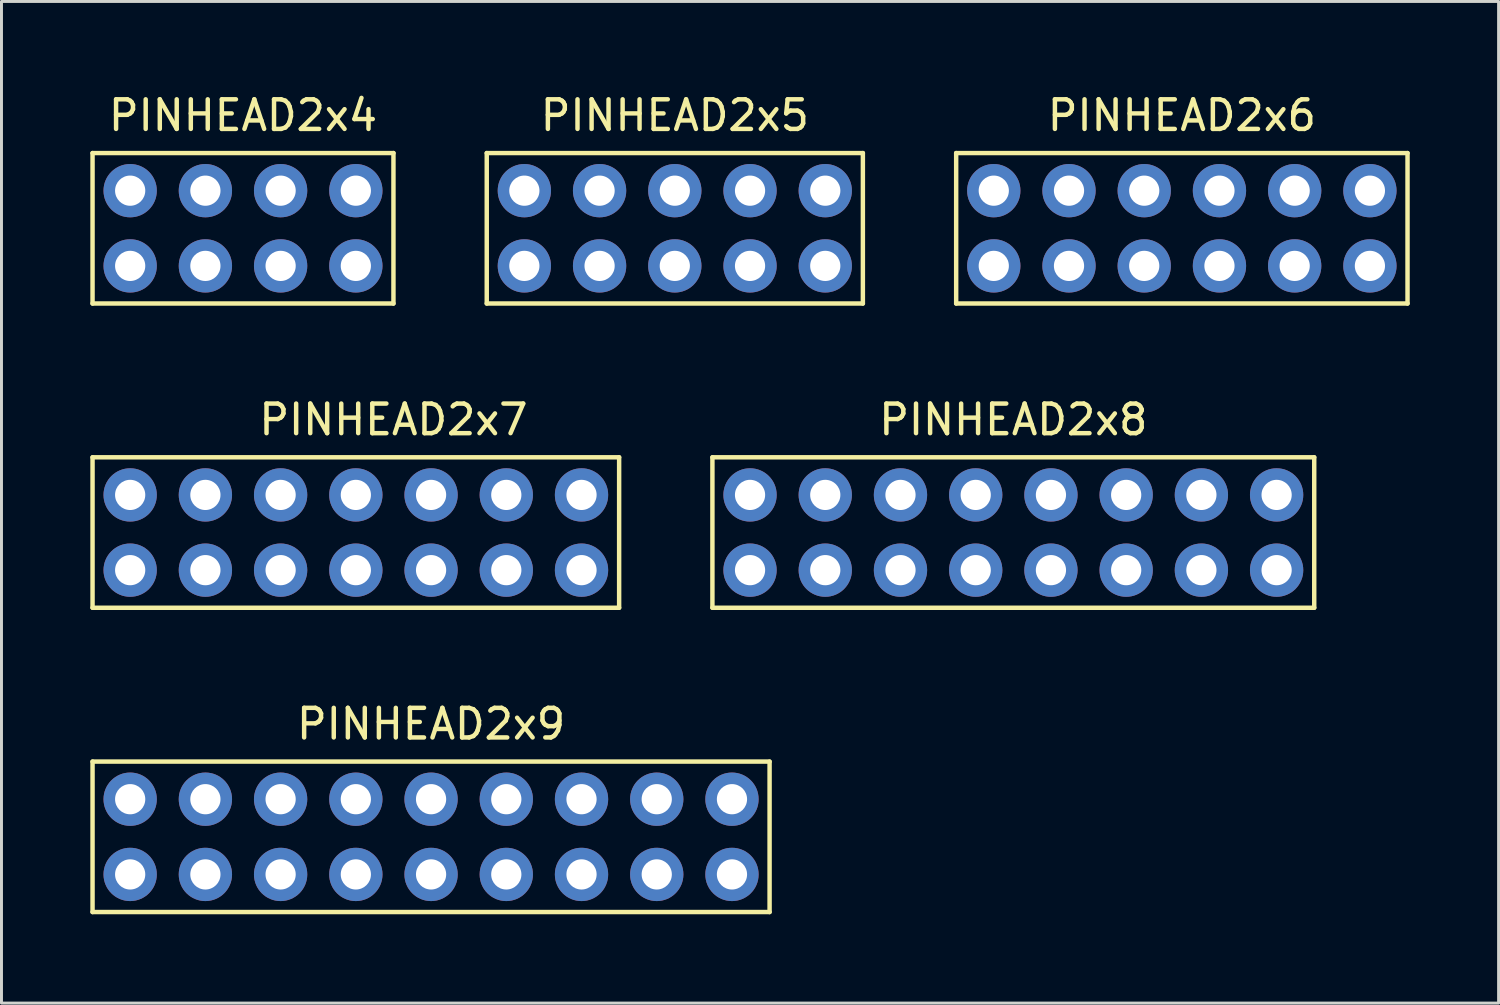
<source format=kicad_pcb>
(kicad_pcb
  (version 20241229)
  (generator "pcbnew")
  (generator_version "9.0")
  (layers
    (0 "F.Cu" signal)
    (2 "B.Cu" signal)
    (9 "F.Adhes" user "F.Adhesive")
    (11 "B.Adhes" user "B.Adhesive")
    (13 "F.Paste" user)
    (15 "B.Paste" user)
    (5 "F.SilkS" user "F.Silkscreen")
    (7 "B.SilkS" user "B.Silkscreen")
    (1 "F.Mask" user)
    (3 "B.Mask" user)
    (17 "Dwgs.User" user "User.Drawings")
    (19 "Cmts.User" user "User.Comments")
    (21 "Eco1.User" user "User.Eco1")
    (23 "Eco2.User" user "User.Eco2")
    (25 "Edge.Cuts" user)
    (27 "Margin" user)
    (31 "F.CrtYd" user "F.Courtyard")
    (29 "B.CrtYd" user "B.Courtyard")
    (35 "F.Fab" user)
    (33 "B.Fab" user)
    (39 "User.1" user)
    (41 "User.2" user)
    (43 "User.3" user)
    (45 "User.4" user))
  (footprint "PINHEAD2x4"
    (layer "F.Cu")
    (at 5.155 4.658)
    (property "Reference" "PINHEAD2x4" (at 0 -3.81 0) (layer "F.SilkS") (effects (font (size 1 1) (thickness 0.15))))
    (attr through_hole)
    (fp_line (start -5.08 -2.54) (end 5.08 -2.54) (stroke (width 0.15) (type solid)) (layer "F.SilkS"))
    (fp_line (start -5.08 2.54) (end -5.08 -2.54) (stroke (width 0.15) (type solid)) (layer "F.SilkS"))
    (fp_line (start 5.08 -2.54) (end 5.08 2.54) (stroke (width 0.15) (type solid)) (layer "F.SilkS"))
    (fp_line (start 5.08 2.54) (end -5.08 2.54) (stroke (width 0.15) (type solid)) (layer "F.SilkS"))
    (pad "1" thru_hole circle (at -3.81 1.27) (size 1.8 1.8) (drill 1.02) (layers "*.Cu" "*.Mask"))
    (pad "2" thru_hole circle (at -1.27 1.27) (size 1.8 1.8) (drill 1.02) (layers "*.Cu" "*.Mask"))
    (pad "3" thru_hole circle (at 1.27 1.27) (size 1.8 1.8) (drill 1.02) (layers "*.Cu" "*.Mask"))
    (pad "4" thru_hole circle (at 3.81 1.27) (size 1.8 1.8) (drill 1.02) (layers "*.Cu" "*.Mask"))
    (pad "5" thru_hole circle (at 3.81 -1.27) (size 1.8 1.8) (drill 1.02) (layers "*.Cu" "*.Mask"))
    (pad "6" thru_hole circle (at 1.27 -1.27) (size 1.8 1.8) (drill 1.02) (layers "*.Cu" "*.Mask"))
    (pad "7" thru_hole circle (at -1.27 -1.27) (size 1.8 1.8) (drill 1.02) (layers "*.Cu" "*.Mask"))
    (pad "8" thru_hole circle (at -3.81 -1.27) (size 1.8 1.8) (drill 1.02) (layers "*.Cu" "*.Mask")))
  (footprint "PINHEAD2x9"
    (layer "F.Cu")
    (at 11.505 25.205)
    (property "Reference" "PINHEAD2x9" (at 0 -3.81 0) (layer "F.SilkS") (effects (font (size 1 1) (thickness 0.15))))
    (attr through_hole)
    (fp_line (start -11.43 -2.54) (end 11.43 -2.54) (stroke (width 0.15) (type solid)) (layer "F.SilkS"))
    (fp_line (start -11.43 2.54) (end -11.43 -2.54) (stroke (width 0.15) (type solid)) (layer "F.SilkS"))
    (fp_line (start 11.43 -2.54) (end 11.43 2.54) (stroke (width 0.15) (type solid)) (layer "F.SilkS"))
    (fp_line (start 11.43 2.54) (end -11.43 2.54) (stroke (width 0.15) (type solid)) (layer "F.SilkS"))
    (pad "1" thru_hole circle (at -10.16 1.27) (size 1.8 1.8) (drill 1.02) (layers "*.Cu" "*.Mask"))
    (pad "2" thru_hole circle (at -7.62 1.27) (size 1.8 1.8) (drill 1.02) (layers "*.Cu" "*.Mask"))
    (pad "3" thru_hole circle (at -5.08 1.27) (size 1.8 1.8) (drill 1.02) (layers "*.Cu" "*.Mask"))
    (pad "4" thru_hole circle (at -2.54 1.27) (size 1.8 1.8) (drill 1.02) (layers "*.Cu" "*.Mask"))
    (pad "5" thru_hole circle (at 0 1.27) (size 1.8 1.8) (drill 1.02) (layers "*.Cu" "*.Mask"))
    (pad "6" thru_hole circle (at 2.54 1.27) (size 1.8 1.8) (drill 1.02) (layers "*.Cu" "*.Mask"))
    (pad "7" thru_hole circle (at 5.08 1.27) (size 1.8 1.8) (drill 1.02) (layers "*.Cu" "*.Mask"))
    (pad "8" thru_hole circle (at 7.62 1.27) (size 1.8 1.8) (drill 1.02) (layers "*.Cu" "*.Mask"))
    (pad "9" thru_hole circle (at 10.16 1.27) (size 1.8 1.8) (drill 1.02) (layers "*.Cu" "*.Mask"))
    (pad "10" thru_hole circle (at 10.16 -1.27) (size 1.8 1.8) (drill 1.02) (layers "*.Cu" "*.Mask"))
    (pad "11" thru_hole circle (at 7.62 -1.27) (size 1.8 1.8) (drill 1.02) (layers "*.Cu" "*.Mask"))
    (pad "12" thru_hole circle (at 5.08 -1.27) (size 1.8 1.8) (drill 1.02) (layers "*.Cu" "*.Mask"))
    (pad "13" thru_hole circle (at 2.54 -1.27) (size 1.8 1.8) (drill 1.02) (layers "*.Cu" "*.Mask"))
    (pad "14" thru_hole circle (at 0 -1.27) (size 1.8 1.8) (drill 1.02) (layers "*.Cu" "*.Mask"))
    (pad "15" thru_hole circle (at -2.54 -1.27) (size 1.8 1.8) (drill 1.02) (layers "*.Cu" "*.Mask"))
    (pad "16" thru_hole circle (at -5.08 -1.27) (size 1.8 1.8) (drill 1.02) (layers "*.Cu" "*.Mask"))
    (pad "17" thru_hole circle (at -7.62 -1.27) (size 1.8 1.8) (drill 1.02) (layers "*.Cu" "*.Mask"))
    (pad "18" thru_hole circle (at -10.16 -1.27) (size 1.8 1.8) (drill 1.02) (layers "*.Cu" "*.Mask")))
  (footprint "PINHEAD2x5"
    (layer "F.Cu")
    (at 19.735 4.658)
    (property "Reference" "PINHEAD2x5" (at 0 -3.81 0) (layer "F.SilkS") (effects (font (size 1 1) (thickness 0.15))))
    (attr through_hole)
    (fp_line (start -6.35 -2.54) (end 6.35 -2.54) (stroke (width 0.15) (type solid)) (layer "F.SilkS"))
    (fp_line (start -6.35 2.54) (end -6.35 -2.54) (stroke (width 0.15) (type solid)) (layer "F.SilkS"))
    (fp_line (start 6.35 -2.54) (end 6.35 2.54) (stroke (width 0.15) (type solid)) (layer "F.SilkS"))
    (fp_line (start 6.35 2.54) (end -6.35 2.54) (stroke (width 0.15) (type solid)) (layer "F.SilkS"))
    (pad "1" thru_hole circle (at -5.08 1.27) (size 1.8 1.8) (drill 1.02) (layers "*.Cu" "*.Mask"))
    (pad "2" thru_hole circle (at -2.54 1.27) (size 1.8 1.8) (drill 1.02) (layers "*.Cu" "*.Mask"))
    (pad "3" thru_hole circle (at 0 1.27) (size 1.8 1.8) (drill 1.02) (layers "*.Cu" "*.Mask"))
    (pad "4" thru_hole circle (at 2.54 1.27) (size 1.8 1.8) (drill 1.02) (layers "*.Cu" "*.Mask"))
    (pad "5" thru_hole circle (at 5.08 1.27) (size 1.8 1.8) (drill 1.02) (layers "*.Cu" "*.Mask"))
    (pad "6" thru_hole circle (at 5.08 -1.27) (size 1.8 1.8) (drill 1.02) (layers "*.Cu" "*.Mask"))
    (pad "7" thru_hole circle (at 2.54 -1.27) (size 1.8 1.8) (drill 1.02) (layers "*.Cu" "*.Mask"))
    (pad "8" thru_hole circle (at 0 -1.27) (size 1.8 1.8) (drill 1.02) (layers "*.Cu" "*.Mask"))
    (pad "9" thru_hole circle (at -2.54 -1.27) (size 1.8 1.8) (drill 1.02) (layers "*.Cu" "*.Mask"))
    (pad "10" thru_hole circle (at -5.08 -1.27) (size 1.8 1.8) (drill 1.02) (layers "*.Cu" "*.Mask")))
  (footprint "PINHEAD2x8"
    (layer "F.Cu")
    (at 31.165 14.931)
    (property "Reference" "PINHEAD2x8" (at 0 -3.81 0) (layer "F.SilkS") (effects (font (size 1 1) (thickness 0.15))))
    (attr through_hole)
    (fp_line (start -10.16 -2.54) (end 10.16 -2.54) (stroke (width 0.15) (type solid)) (layer "F.SilkS"))
    (fp_line (start -10.16 2.54) (end -10.16 -2.54) (stroke (width 0.15) (type solid)) (layer "F.SilkS"))
    (fp_line (start 10.16 -2.54) (end 10.16 2.54) (stroke (width 0.15) (type solid)) (layer "F.SilkS"))
    (fp_line (start 10.16 2.54) (end -10.16 2.54) (stroke (width 0.15) (type solid)) (layer "F.SilkS"))
    (pad "1" thru_hole circle (at -8.89 1.27) (size 1.8 1.8) (drill 1.02) (layers "*.Cu" "*.Mask"))
    (pad "2" thru_hole circle (at -6.35 1.27) (size 1.8 1.8) (drill 1.02) (layers "*.Cu" "*.Mask"))
    (pad "3" thru_hole circle (at -3.81 1.27) (size 1.8 1.8) (drill 1.02) (layers "*.Cu" "*.Mask"))
    (pad "4" thru_hole circle (at -1.27 1.27) (size 1.8 1.8) (drill 1.02) (layers "*.Cu" "*.Mask"))
    (pad "5" thru_hole circle (at 1.27 1.27) (size 1.8 1.8) (drill 1.02) (layers "*.Cu" "*.Mask"))
    (pad "6" thru_hole circle (at 3.81 1.27) (size 1.8 1.8) (drill 1.02) (layers "*.Cu" "*.Mask"))
    (pad "7" thru_hole circle (at 6.35 1.27) (size 1.8 1.8) (drill 1.02) (layers "*.Cu" "*.Mask"))
    (pad "8" thru_hole circle (at 8.89 1.27) (size 1.8 1.8) (drill 1.02) (layers "*.Cu" "*.Mask"))
    (pad "9" thru_hole circle (at 8.89 -1.27) (size 1.8 1.8) (drill 1.02) (layers "*.Cu" "*.Mask"))
    (pad "10" thru_hole circle (at 6.35 -1.27) (size 1.8 1.8) (drill 1.02) (layers "*.Cu" "*.Mask"))
    (pad "11" thru_hole circle (at 3.81 -1.27) (size 1.8 1.8) (drill 1.02) (layers "*.Cu" "*.Mask"))
    (pad "12" thru_hole circle (at 1.27 -1.27) (size 1.8 1.8) (drill 1.02) (layers "*.Cu" "*.Mask"))
    (pad "13" thru_hole circle (at -1.27 -1.27) (size 1.8 1.8) (drill 1.02) (layers "*.Cu" "*.Mask"))
    (pad "14" thru_hole circle (at -3.81 -1.27) (size 1.8 1.8) (drill 1.02) (layers "*.Cu" "*.Mask"))
    (pad "15" thru_hole circle (at -6.35 -1.27) (size 1.8 1.8) (drill 1.02) (layers "*.Cu" "*.Mask"))
    (pad "16" thru_hole circle (at -8.89 -1.27) (size 1.8 1.8) (drill 1.02) (layers "*.Cu" "*.Mask")))
  (footprint "PINHEAD2x7"
    (layer "F.Cu")
    (at 8.965 14.931)
    (property "Reference" "PINHEAD2x7" (at 1.27 -3.81 0) (layer "F.SilkS") (effects (font (size 1 1) (thickness 0.15))))
    (attr through_hole)
    (fp_line (start -8.89 -2.54) (end 8.89 -2.54) (stroke (width 0.15) (type solid)) (layer "F.SilkS"))
    (fp_line (start -8.89 2.54) (end -8.89 -2.54) (stroke (width 0.15) (type solid)) (layer "F.SilkS"))
    (fp_line (start 8.89 -2.54) (end 8.89 2.54) (stroke (width 0.15) (type solid)) (layer "F.SilkS"))
    (fp_line (start 8.89 2.54) (end -8.89 2.54) (stroke (width 0.15) (type solid)) (layer "F.SilkS"))
    (pad "1" thru_hole circle (at -7.62 1.27) (size 1.8 1.8) (drill 1.02) (layers "*.Cu" "*.Mask"))
    (pad "2" thru_hole circle (at -5.08 1.27) (size 1.8 1.8) (drill 1.02) (layers "*.Cu" "*.Mask"))
    (pad "3" thru_hole circle (at -2.54 1.27) (size 1.8 1.8) (drill 1.02) (layers "*.Cu" "*.Mask"))
    (pad "4" thru_hole circle (at 0 1.27) (size 1.8 1.8) (drill 1.02) (layers "*.Cu" "*.Mask"))
    (pad "5" thru_hole circle (at 2.54 1.27) (size 1.8 1.8) (drill 1.02) (layers "*.Cu" "*.Mask"))
    (pad "6" thru_hole circle (at 5.08 1.27) (size 1.8 1.8) (drill 1.02) (layers "*.Cu" "*.Mask"))
    (pad "7" thru_hole circle (at 7.62 1.27) (size 1.8 1.8) (drill 1.02) (layers "*.Cu" "*.Mask"))
    (pad "8" thru_hole circle (at 7.62 -1.27) (size 1.8 1.8) (drill 1.02) (layers "*.Cu" "*.Mask"))
    (pad "9" thru_hole circle (at 5.08 -1.27) (size 1.8 1.8) (drill 1.02) (layers "*.Cu" "*.Mask"))
    (pad "10" thru_hole circle (at 2.54 -1.27) (size 1.8 1.8) (drill 1.02) (layers "*.Cu" "*.Mask"))
    (pad "11" thru_hole circle (at 0 -1.27) (size 1.8 1.8) (drill 1.02) (layers "*.Cu" "*.Mask"))
    (pad "12" thru_hole circle (at -2.54 -1.27) (size 1.8 1.8) (drill 1.02) (layers "*.Cu" "*.Mask"))
    (pad "13" thru_hole circle (at -5.08 -1.27) (size 1.8 1.8) (drill 1.02) (layers "*.Cu" "*.Mask"))
    (pad "14" thru_hole circle (at -7.62 -1.27) (size 1.8 1.8) (drill 1.02) (layers "*.Cu" "*.Mask")))
  (footprint "PINHEAD2x6"
    (layer "F.Cu")
    (at 36.855 4.658)
    (property "Reference" "PINHEAD2x6" (at 0 -3.81 0) (layer "F.SilkS") (effects (font (size 1 1) (thickness 0.15))))
    (attr through_hole)
    (fp_line (start -7.62 -2.54) (end 7.62 -2.54) (stroke (width 0.15) (type solid)) (layer "F.SilkS"))
    (fp_line (start -7.62 2.54) (end -7.62 -2.54) (stroke (width 0.15) (type solid)) (layer "F.SilkS"))
    (fp_line (start 7.62 -2.54) (end 7.62 2.54) (stroke (width 0.15) (type solid)) (layer "F.SilkS"))
    (fp_line (start 7.62 2.54) (end -7.62 2.54) (stroke (width 0.15) (type solid)) (layer "F.SilkS"))
    (pad "1" thru_hole circle (at -6.35 1.27) (size 1.8 1.8) (drill 1.02) (layers "*.Cu" "*.Mask"))
    (pad "2" thru_hole circle (at -3.81 1.27) (size 1.8 1.8) (drill 1.02) (layers "*.Cu" "*.Mask"))
    (pad "3" thru_hole circle (at -1.27 1.27) (size 1.8 1.8) (drill 1.02) (layers "*.Cu" "*.Mask"))
    (pad "4" thru_hole circle (at 1.27 1.27) (size 1.8 1.8) (drill 1.02) (layers "*.Cu" "*.Mask"))
    (pad "5" thru_hole circle (at 3.81 1.27) (size 1.8 1.8) (drill 1.02) (layers "*.Cu" "*.Mask"))
    (pad "6" thru_hole circle (at 6.35 1.27) (size 1.8 1.8) (drill 1.02) (layers "*.Cu" "*.Mask"))
    (pad "7" thru_hole circle (at 6.35 -1.27) (size 1.8 1.8) (drill 1.02) (layers "*.Cu" "*.Mask"))
    (pad "8" thru_hole circle (at 3.81 -1.27) (size 1.8 1.8) (drill 1.02) (layers "*.Cu" "*.Mask"))
    (pad "9" thru_hole circle (at 1.27 -1.27) (size 1.8 1.8) (drill 1.02) (layers "*.Cu" "*.Mask"))
    (pad "10" thru_hole circle (at -1.27 -1.27) (size 1.8 1.8) (drill 1.02) (layers "*.Cu" "*.Mask"))
    (pad "11" thru_hole circle (at -3.81 -1.27) (size 1.8 1.8) (drill 1.02) (layers "*.Cu" "*.Mask"))
    (pad "12" thru_hole circle (at -6.35 -1.27) (size 1.8 1.8) (drill 1.02) (layers "*.Cu" "*.Mask")))
  (gr_rect
    (start -3 -3)
    (end 47.55 30.82)
    (stroke (width 0.1) (type default))
    (fill no)
    (layer "Edge.Cuts")))
</source>
